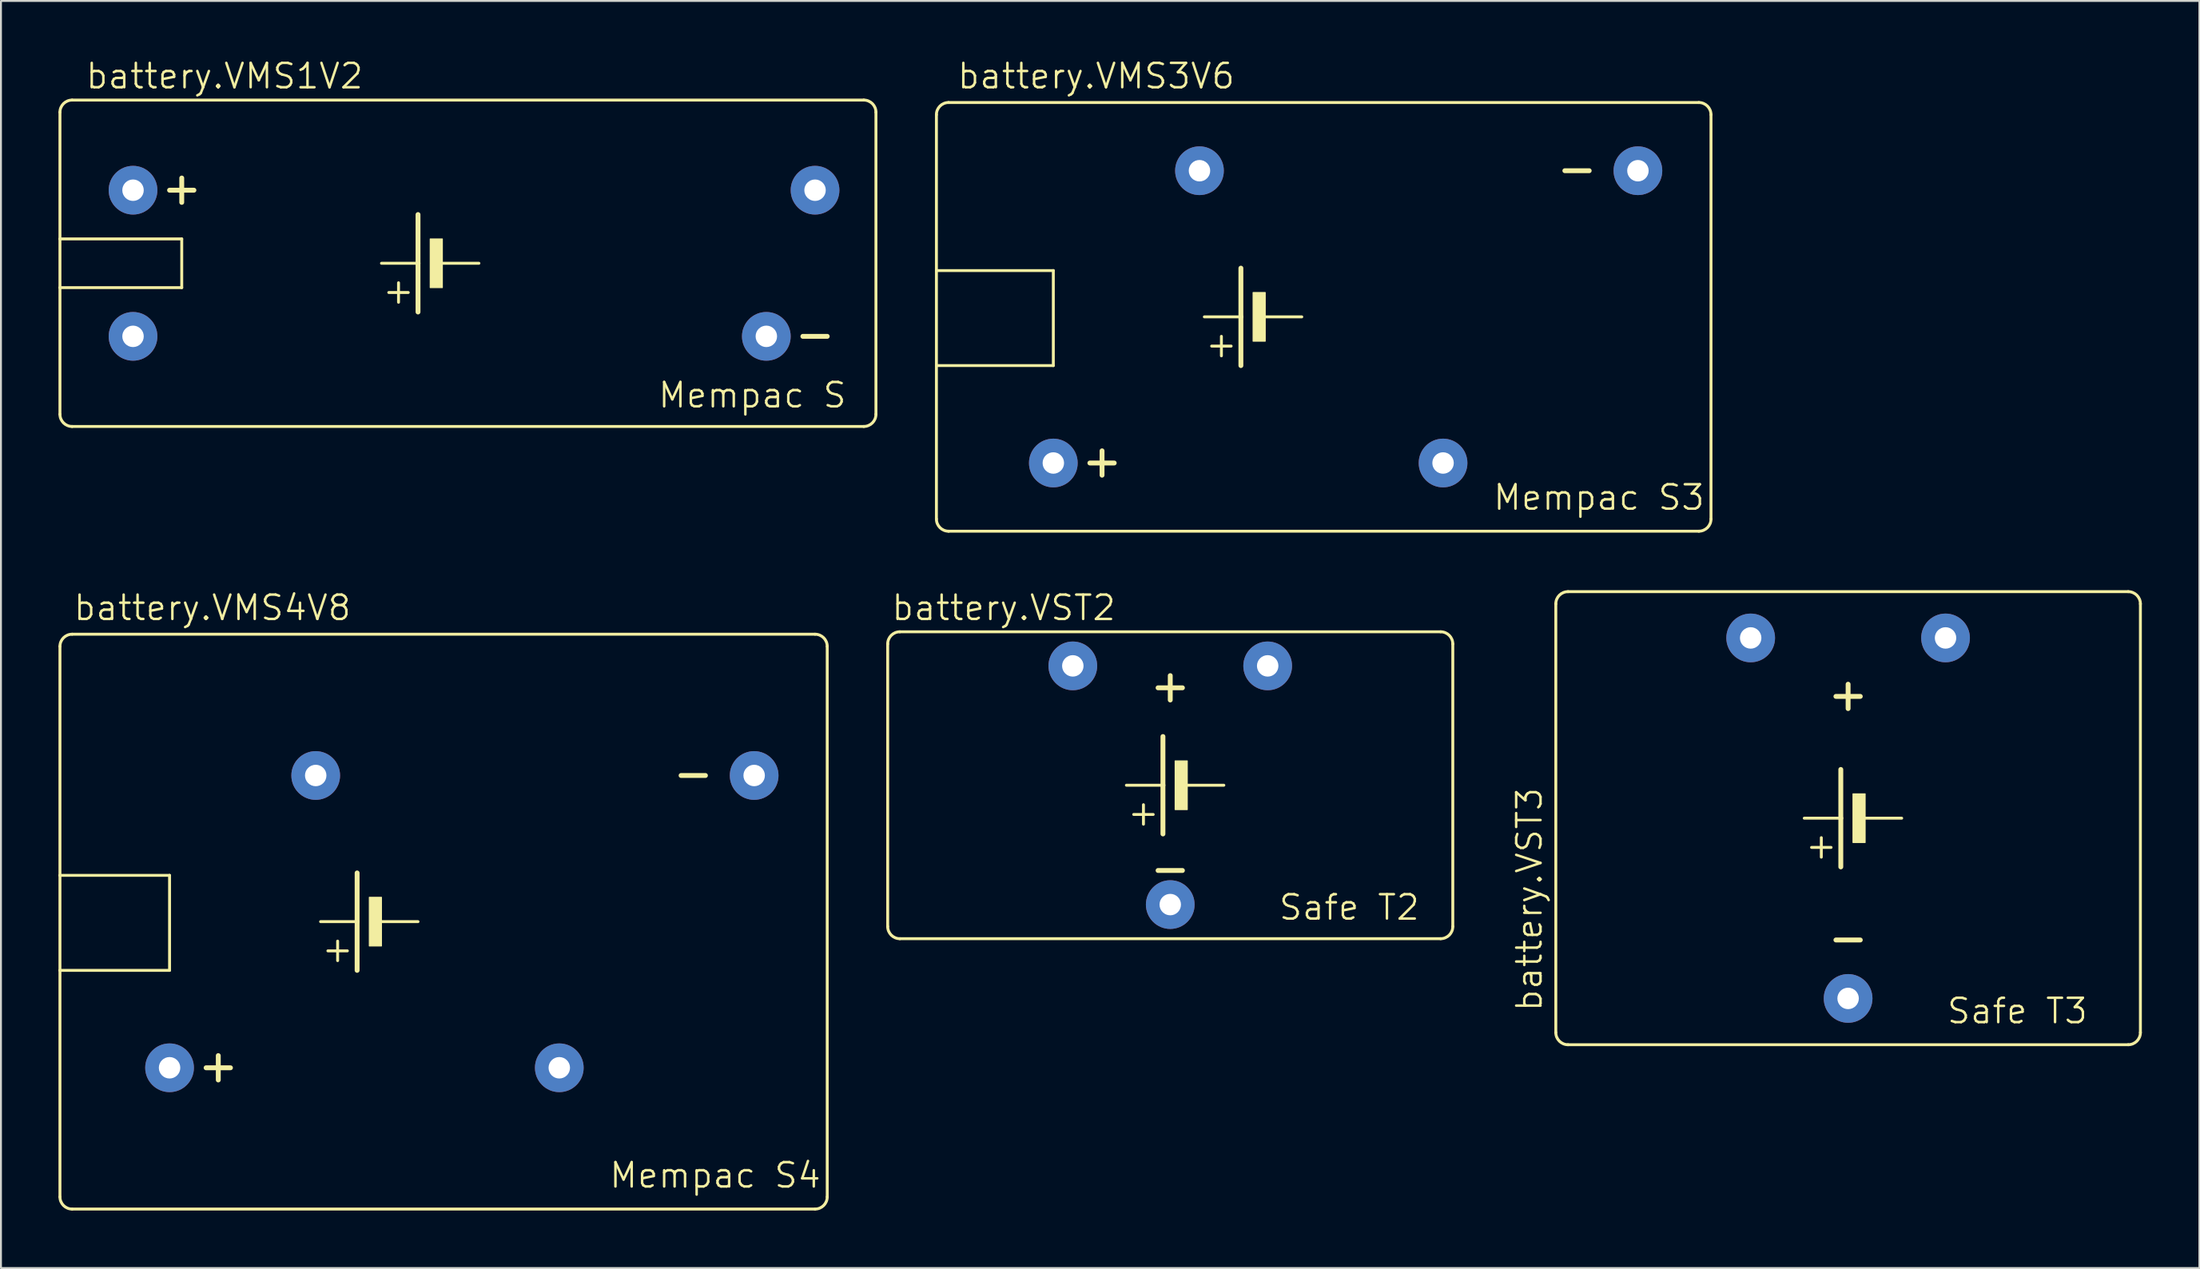
<source format=kicad_pcb>
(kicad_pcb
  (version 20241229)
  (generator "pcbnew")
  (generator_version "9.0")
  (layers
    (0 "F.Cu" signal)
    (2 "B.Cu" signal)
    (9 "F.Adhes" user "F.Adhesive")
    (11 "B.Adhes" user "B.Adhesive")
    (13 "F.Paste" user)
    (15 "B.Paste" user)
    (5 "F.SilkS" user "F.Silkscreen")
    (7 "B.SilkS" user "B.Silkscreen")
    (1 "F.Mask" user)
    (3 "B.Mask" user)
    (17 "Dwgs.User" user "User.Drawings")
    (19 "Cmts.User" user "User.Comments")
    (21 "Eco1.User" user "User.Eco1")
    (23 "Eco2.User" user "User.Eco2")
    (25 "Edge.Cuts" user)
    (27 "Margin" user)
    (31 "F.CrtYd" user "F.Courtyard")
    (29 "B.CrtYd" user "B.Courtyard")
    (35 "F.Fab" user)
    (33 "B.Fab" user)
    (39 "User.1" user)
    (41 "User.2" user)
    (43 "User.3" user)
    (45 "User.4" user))
  (footprint "battery.VMS3V6"
    (layer "F.Cu")
    (at 67.11 13.471)
    (property "Reference" "battery.VMS3V6" (at -20.32 -11.811 0) (layer "F.SilkS") (effects (font (size 1.27 1.27) (thickness 0.13)) (justify left bottom)))
    (attr through_hole)
    (fp_line (start -21.336 -2.413) (end -21.336 -10.541) (stroke (width 0.152) (type default)) (layer "F.SilkS"))
    (fp_line (start -21.336 -2.413) (end -15.24 -2.413) (stroke (width 0.152) (type default)) (layer "F.SilkS"))
    (fp_line (start -21.336 2.54) (end -21.336 -2.413) (stroke (width 0.152) (type default)) (layer "F.SilkS"))
    (fp_line (start -21.336 10.541) (end -21.336 2.54) (stroke (width 0.152) (type default)) (layer "F.SilkS"))
    (fp_line (start -20.701 -11.176) (end 18.415 -11.176) (stroke (width 0.152) (type default)) (layer "F.SilkS"))
    (fp_line (start -20.701 11.176) (end 18.415 11.176) (stroke (width 0.152) (type default)) (layer "F.SilkS"))
    (fp_line (start -15.24 2.54) (end -21.336 2.54) (stroke (width 0.152) (type default)) (layer "F.SilkS"))
    (fp_line (start -15.24 2.54) (end -15.24 -2.413) (stroke (width 0.152) (type default)) (layer "F.SilkS"))
    (fp_line (start -13.335 7.62) (end -12.065 7.62) (stroke (width 0.254) (type default)) (layer "F.SilkS"))
    (fp_line (start -12.7 6.985) (end -12.7 8.255) (stroke (width 0.254) (type default)) (layer "F.SilkS"))
    (fp_line (start -6.477 2.032) (end -6.477 1.016) (stroke (width 0.152) (type default)) (layer "F.SilkS"))
    (fp_line (start -5.969 1.524) (end -6.985 1.524) (stroke (width 0.152) (type default)) (layer "F.SilkS"))
    (fp_line (start -5.461 0) (end -7.366 0) (stroke (width 0.152) (type default)) (layer "F.SilkS"))
    (fp_line (start -5.461 0) (end -5.461 -2.54) (stroke (width 0.254) (type default)) (layer "F.SilkS"))
    (fp_line (start -5.461 2.54) (end -5.461 0) (stroke (width 0.254) (type default)) (layer "F.SilkS"))
    (fp_line (start -2.286 0) (end -4.191 0) (stroke (width 0.152) (type default)) (layer "F.SilkS"))
    (fp_line (start 11.43 -7.62) (end 12.7 -7.62) (stroke (width 0.254) (type default)) (layer "F.SilkS"))
    (fp_line (start 19.05 -10.541) (end 19.05 10.541) (stroke (width 0.152) (type default)) (layer "F.SilkS"))
    (fp_rect (start -4.826 1.27) (end -4.191 -1.27) (stroke (width 0.05) (type default)) (fill yes) (layer "F.SilkS"))
    (fp_arc (start -21.336 -10.541) (mid -21.150013 -10.990013) (end -20.701 -11.176) (stroke (width 0.1524) (type default)) (layer "F.SilkS"))
    (fp_arc (start -20.701 11.176) (mid -21.150013 10.990013) (end -21.336 10.541) (stroke (width 0.1524) (type default)) (layer "F.SilkS"))
    (fp_arc (start 18.415 -11.176) (mid 18.864013 -10.990013) (end 19.05 -10.541) (stroke (width 0.1524) (type default)) (layer "F.SilkS"))
    (fp_arc (start 19.05 10.541) (mid 18.864013 10.990013) (end 18.415 11.176) (stroke (width 0.1524) (type default)) (layer "F.SilkS"))
    (fp_text user "Mempac S3" (at 7.62 10.16 0) (layer "F.SilkS") (effects (font (size 1.27 1.27) (thickness 0.13)) (justify left bottom)))
    (pad "+" thru_hole circle (at -15.24 7.62) (size 2.54 2.54) (drill 1.118) (layers "*.Cu" "*.Mask"))
    (pad "-" thru_hole circle (at 15.24 -7.62) (size 2.54 2.54) (drill 1.118) (layers "*.Cu" "*.Mask"))
    (pad "1" thru_hole circle (at -7.62 -7.62) (size 2.54 2.54) (drill 1.118) (layers "*.Cu" "*.Mask"))
    (pad "2" thru_hole circle (at 5.08 7.62) (size 2.54 2.54) (drill 1.118) (layers "*.Cu" "*.Mask")))
  (footprint "battery.VMS1V2"
    (layer "F.Cu")
    (at 22.936 10.677)
    (property "Reference" "battery.VMS1V2" (at -21.59 -9.017 0) (layer "F.SilkS") (effects (font (size 1.27 1.27) (thickness 0.13)) (justify left bottom)))
    (attr through_hole)
    (fp_line (start -22.86 -1.27) (end -22.86 -7.874) (stroke (width 0.152) (type default)) (layer "F.SilkS"))
    (fp_line (start -22.86 -1.27) (end -16.51 -1.27) (stroke (width 0.152) (type default)) (layer "F.SilkS"))
    (fp_line (start -22.86 1.27) (end -22.86 -1.27) (stroke (width 0.152) (type default)) (layer "F.SilkS"))
    (fp_line (start -22.86 7.874) (end -22.86 1.27) (stroke (width 0.152) (type default)) (layer "F.SilkS"))
    (fp_line (start -22.225 -8.509) (end 19.05 -8.509) (stroke (width 0.152) (type default)) (layer "F.SilkS"))
    (fp_line (start -22.225 8.509) (end 19.05 8.509) (stroke (width 0.152) (type default)) (layer "F.SilkS"))
    (fp_line (start -17.145 -3.81) (end -15.875 -3.81) (stroke (width 0.254) (type default)) (layer "F.SilkS"))
    (fp_line (start -16.51 -4.445) (end -16.51 -3.175) (stroke (width 0.254) (type default)) (layer "F.SilkS"))
    (fp_line (start -16.51 1.27) (end -22.86 1.27) (stroke (width 0.152) (type default)) (layer "F.SilkS"))
    (fp_line (start -16.51 1.27) (end -16.51 -1.27) (stroke (width 0.152) (type default)) (layer "F.SilkS"))
    (fp_line (start -5.207 2.032) (end -5.207 1.016) (stroke (width 0.152) (type default)) (layer "F.SilkS"))
    (fp_line (start -4.699 1.524) (end -5.715 1.524) (stroke (width 0.152) (type default)) (layer "F.SilkS"))
    (fp_line (start -4.191 0) (end -6.096 0) (stroke (width 0.152) (type default)) (layer "F.SilkS"))
    (fp_line (start -4.191 0) (end -4.191 -2.54) (stroke (width 0.254) (type default)) (layer "F.SilkS"))
    (fp_line (start -4.191 2.54) (end -4.191 0) (stroke (width 0.254) (type default)) (layer "F.SilkS"))
    (fp_line (start -1.016 0) (end -2.921 0) (stroke (width 0.152) (type default)) (layer "F.SilkS"))
    (fp_line (start 15.875 3.81) (end 17.145 3.81) (stroke (width 0.254) (type default)) (layer "F.SilkS"))
    (fp_line (start 19.685 -7.874) (end 19.685 7.874) (stroke (width 0.152) (type default)) (layer "F.SilkS"))
    (fp_rect (start -3.556 1.27) (end -2.921 -1.27) (stroke (width 0.05) (type default)) (fill yes) (layer "F.SilkS"))
    (fp_arc (start -22.86 -7.874) (mid -22.674013 -8.323013) (end -22.225 -8.509) (stroke (width 0.1524) (type default)) (layer "F.SilkS"))
    (fp_arc (start -22.225 8.509) (mid -22.674013 8.323013) (end -22.86 7.874) (stroke (width 0.1524) (type default)) (layer "F.SilkS"))
    (fp_arc (start 19.05 -8.509) (mid 19.499013 -8.323013) (end 19.685 -7.874) (stroke (width 0.1524) (type default)) (layer "F.SilkS"))
    (fp_arc (start 19.685 7.874) (mid 19.499013 8.323013) (end 19.05 8.509) (stroke (width 0.1524) (type default)) (layer "F.SilkS"))
    (fp_text user "Mempac S" (at 8.255 7.62 0) (layer "F.SilkS") (effects (font (size 1.27 1.27) (thickness 0.13)) (justify left bottom)))
    (pad "+" thru_hole circle (at -19.05 -3.81) (size 2.54 2.54) (drill 1.118) (layers "*.Cu" "*.Mask"))
    (pad "-" thru_hole circle (at 13.97 3.81) (size 2.54 2.54) (drill 1.118) (layers "*.Cu" "*.Mask"))
    (pad "1" thru_hole circle (at -19.05 3.81) (size 2.54 2.54) (drill 1.118) (layers "*.Cu" "*.Mask"))
    (pad "2" thru_hole circle (at 16.51 -3.81) (size 2.54 2.54) (drill 1.118) (layers "*.Cu" "*.Mask")))
  (footprint "battery.VST2"
    (layer "F.Cu")
    (at 57.966 37.892)
    (property "Reference" "battery.VST2" (at -14.605 -8.509 0) (layer "F.SilkS") (effects (font (size 1.27 1.27) (thickness 0.13)) (justify left bottom)))
    (attr through_hole)
    (fp_line (start -14.732 7.366) (end -14.732 -7.366) (stroke (width 0.152) (type default)) (layer "F.SilkS"))
    (fp_line (start -14.097 -8.001) (end 14.097 -8.001) (stroke (width 0.152) (type default)) (layer "F.SilkS"))
    (fp_line (start -14.097 8.001) (end 14.097 8.001) (stroke (width 0.152) (type default)) (layer "F.SilkS"))
    (fp_line (start -1.397 2.032) (end -1.397 1.016) (stroke (width 0.152) (type default)) (layer "F.SilkS"))
    (fp_line (start -0.889 1.524) (end -1.905 1.524) (stroke (width 0.152) (type default)) (layer "F.SilkS"))
    (fp_line (start -0.635 -5.08) (end 0.635 -5.08) (stroke (width 0.254) (type default)) (layer "F.SilkS"))
    (fp_line (start -0.635 4.445) (end 0.635 4.445) (stroke (width 0.254) (type default)) (layer "F.SilkS"))
    (fp_line (start -0.381 0) (end -2.286 0) (stroke (width 0.152) (type default)) (layer "F.SilkS"))
    (fp_line (start -0.381 0) (end -0.381 -2.54) (stroke (width 0.254) (type default)) (layer "F.SilkS"))
    (fp_line (start -0.381 2.54) (end -0.381 0) (stroke (width 0.254) (type default)) (layer "F.SilkS"))
    (fp_line (start 0 -5.715) (end 0 -4.445) (stroke (width 0.254) (type default)) (layer "F.SilkS"))
    (fp_line (start 2.794 0) (end 0.889 0) (stroke (width 0.152) (type default)) (layer "F.SilkS"))
    (fp_line (start 14.732 -7.366) (end 14.732 7.366) (stroke (width 0.152) (type default)) (layer "F.SilkS"))
    (fp_rect (start 0.254 1.27) (end 0.889 -1.27) (stroke (width 0.05) (type default)) (fill yes) (layer "F.SilkS"))
    (fp_arc (start -14.732 -7.366) (mid -14.546013 -7.815013) (end -14.097 -8.001) (stroke (width 0.1524) (type default)) (layer "F.SilkS"))
    (fp_arc (start -14.097 8.001) (mid -14.546013 7.815013) (end -14.732 7.366) (stroke (width 0.1524) (type default)) (layer "F.SilkS"))
    (fp_arc (start 14.097 -8.001) (mid 14.546013 -7.815013) (end 14.732 -7.366) (stroke (width 0.1524) (type default)) (layer "F.SilkS"))
    (fp_arc (start 14.732 7.366) (mid 14.546013 7.815013) (end 14.097 8.001) (stroke (width 0.1524) (type default)) (layer "F.SilkS"))
    (fp_text user "Safe T2" (at 5.588 7.112 0) (layer "F.SilkS") (effects (font (size 1.27 1.27) (thickness 0.13)) (justify left bottom)))
    (pad "+" thru_hole circle (at 5.08 -6.223) (size 2.54 2.54) (drill 1.118) (layers "*.Cu" "*.Mask"))
    (pad "+@1" thru_hole circle (at -5.08 -6.223) (size 2.54 2.54) (drill 1.118) (layers "*.Cu" "*.Mask"))
    (pad "-" thru_hole circle (at 0 6.223) (size 2.54 2.54) (drill 1.118) (layers "*.Cu" "*.Mask")))
  (footprint "battery.VMS4V8"
    (layer "F.Cu")
    (at 21.031 45.004)
    (property "Reference" "battery.VMS4V8" (at -20.32 -15.621 0) (layer "F.SilkS") (effects (font (size 1.27 1.27) (thickness 0.13)) (justify left bottom)))
    (attr through_hole)
    (fp_line (start -20.955 -2.413) (end -20.955 -14.351) (stroke (width 0.152) (type default)) (layer "F.SilkS"))
    (fp_line (start -20.955 -2.413) (end -15.24 -2.413) (stroke (width 0.152) (type default)) (layer "F.SilkS"))
    (fp_line (start -20.955 2.54) (end -20.955 -2.413) (stroke (width 0.152) (type default)) (layer "F.SilkS"))
    (fp_line (start -20.955 14.351) (end -20.955 2.54) (stroke (width 0.152) (type default)) (layer "F.SilkS"))
    (fp_line (start -20.32 -14.986) (end 18.415 -14.986) (stroke (width 0.152) (type default)) (layer "F.SilkS"))
    (fp_line (start -20.32 14.986) (end 18.415 14.986) (stroke (width 0.152) (type default)) (layer "F.SilkS"))
    (fp_line (start -15.24 2.54) (end -20.955 2.54) (stroke (width 0.152) (type default)) (layer "F.SilkS"))
    (fp_line (start -15.24 2.54) (end -15.24 -2.413) (stroke (width 0.152) (type default)) (layer "F.SilkS"))
    (fp_line (start -13.335 7.62) (end -12.065 7.62) (stroke (width 0.254) (type default)) (layer "F.SilkS"))
    (fp_line (start -12.7 6.985) (end -12.7 8.255) (stroke (width 0.254) (type default)) (layer "F.SilkS"))
    (fp_line (start -6.477 2.032) (end -6.477 1.016) (stroke (width 0.152) (type default)) (layer "F.SilkS"))
    (fp_line (start -5.969 1.524) (end -6.985 1.524) (stroke (width 0.152) (type default)) (layer "F.SilkS"))
    (fp_line (start -5.461 0) (end -7.366 0) (stroke (width 0.152) (type default)) (layer "F.SilkS"))
    (fp_line (start -5.461 0) (end -5.461 -2.54) (stroke (width 0.254) (type default)) (layer "F.SilkS"))
    (fp_line (start -5.461 2.54) (end -5.461 0) (stroke (width 0.254) (type default)) (layer "F.SilkS"))
    (fp_line (start -2.286 0) (end -4.191 0) (stroke (width 0.152) (type default)) (layer "F.SilkS"))
    (fp_line (start 11.43 -7.62) (end 12.7 -7.62) (stroke (width 0.254) (type default)) (layer "F.SilkS"))
    (fp_line (start 19.05 -14.351) (end 19.05 14.351) (stroke (width 0.152) (type default)) (layer "F.SilkS"))
    (fp_rect (start -4.826 1.27) (end -4.191 -1.27) (stroke (width 0.05) (type default)) (fill yes) (layer "F.SilkS"))
    (fp_arc (start -20.955 -14.351) (mid -20.769013 -14.800013) (end -20.32 -14.986) (stroke (width 0.1524) (type default)) (layer "F.SilkS"))
    (fp_arc (start -20.32 14.986) (mid -20.769013 14.800013) (end -20.955 14.351) (stroke (width 0.1524) (type default)) (layer "F.SilkS"))
    (fp_arc (start 18.415 -14.986) (mid 18.864013 -14.800013) (end 19.05 -14.351) (stroke (width 0.1524) (type default)) (layer "F.SilkS"))
    (fp_arc (start 19.05 14.351) (mid 18.864013 14.800013) (end 18.415 14.986) (stroke (width 0.1524) (type default)) (layer "F.SilkS"))
    (fp_text user "Mempac S4" (at 7.62 13.97 0) (layer "F.SilkS") (effects (font (size 1.27 1.27) (thickness 0.13)) (justify left bottom)))
    (pad "+" thru_hole circle (at -15.24 7.62) (size 2.54 2.54) (drill 1.118) (layers "*.Cu" "*.Mask"))
    (pad "-" thru_hole circle (at 15.24 -7.62) (size 2.54 2.54) (drill 1.118) (layers "*.Cu" "*.Mask"))
    (pad "1" thru_hole circle (at -7.62 -7.62) (size 2.54 2.54) (drill 1.118) (layers "*.Cu" "*.Mask"))
    (pad "2" thru_hole circle (at 5.08 7.62) (size 2.54 2.54) (drill 1.118) (layers "*.Cu" "*.Mask")))
  (footprint "battery.VST3"
    (layer "F.Cu")
    (at 93.309 39.61)
    (property "Reference" "battery.VST3" (at -15.875 10.16 90) (layer "F.SilkS") (effects (font (size 1.27 1.27) (thickness 0.13)) (justify left bottom)))
    (attr through_hole)
    (fp_line (start -15.24 11.176) (end -15.24 -11.176) (stroke (width 0.152) (type default)) (layer "F.SilkS"))
    (fp_line (start -14.605 -11.811) (end 14.605 -11.811) (stroke (width 0.152) (type default)) (layer "F.SilkS"))
    (fp_line (start -14.605 11.811) (end 14.605 11.811) (stroke (width 0.152) (type default)) (layer "F.SilkS"))
    (fp_line (start -1.397 2.032) (end -1.397 1.016) (stroke (width 0.152) (type default)) (layer "F.SilkS"))
    (fp_line (start -0.889 1.524) (end -1.905 1.524) (stroke (width 0.152) (type default)) (layer "F.SilkS"))
    (fp_line (start -0.635 -6.35) (end 0.635 -6.35) (stroke (width 0.254) (type default)) (layer "F.SilkS"))
    (fp_line (start -0.635 6.35) (end 0.635 6.35) (stroke (width 0.254) (type default)) (layer "F.SilkS"))
    (fp_line (start -0.381 0) (end -2.286 0) (stroke (width 0.152) (type default)) (layer "F.SilkS"))
    (fp_line (start -0.381 0) (end -0.381 -2.54) (stroke (width 0.254) (type default)) (layer "F.SilkS"))
    (fp_line (start -0.381 2.54) (end -0.381 0) (stroke (width 0.254) (type default)) (layer "F.SilkS"))
    (fp_line (start 0 -6.985) (end 0 -5.715) (stroke (width 0.254) (type default)) (layer "F.SilkS"))
    (fp_line (start 2.794 0) (end 0.889 0) (stroke (width 0.152) (type default)) (layer "F.SilkS"))
    (fp_line (start 15.24 -11.176) (end 15.24 11.176) (stroke (width 0.152) (type default)) (layer "F.SilkS"))
    (fp_rect (start 0.254 1.27) (end 0.889 -1.27) (stroke (width 0.05) (type default)) (fill yes) (layer "F.SilkS"))
    (fp_arc (start -15.24 -11.176) (mid -15.054013 -11.625013) (end -14.605 -11.811) (stroke (width 0.1524) (type default)) (layer "F.SilkS"))
    (fp_arc (start -14.605 11.811) (mid -15.054013 11.625013) (end -15.24 11.176) (stroke (width 0.1524) (type default)) (layer "F.SilkS"))
    (fp_arc (start 14.605 -11.811) (mid 15.054013 -11.625013) (end 15.24 -11.176) (stroke (width 0.1524) (type default)) (layer "F.SilkS"))
    (fp_arc (start 15.24 11.176) (mid 15.054013 11.625013) (end 14.605 11.811) (stroke (width 0.1524) (type default)) (layer "F.SilkS"))
    (fp_text user "Safe T3" (at 5.08 10.795 0) (layer "F.SilkS") (effects (font (size 1.27 1.27) (thickness 0.13)) (justify left bottom)))
    (pad "+" thru_hole circle (at 5.08 -9.398) (size 2.54 2.54) (drill 1.118) (layers "*.Cu" "*.Mask"))
    (pad "+@1" thru_hole circle (at -5.08 -9.398) (size 2.54 2.54) (drill 1.118) (layers "*.Cu" "*.Mask"))
    (pad "-" thru_hole circle (at 0 9.398) (size 2.54 2.54) (drill 1.118) (layers "*.Cu" "*.Mask")))
  (gr_rect
    (start -3 -3)
    (end 111.625 63.066)
    (stroke (width 0.1) (type default))
    (fill no)
    (layer "Edge.Cuts")))
</source>
